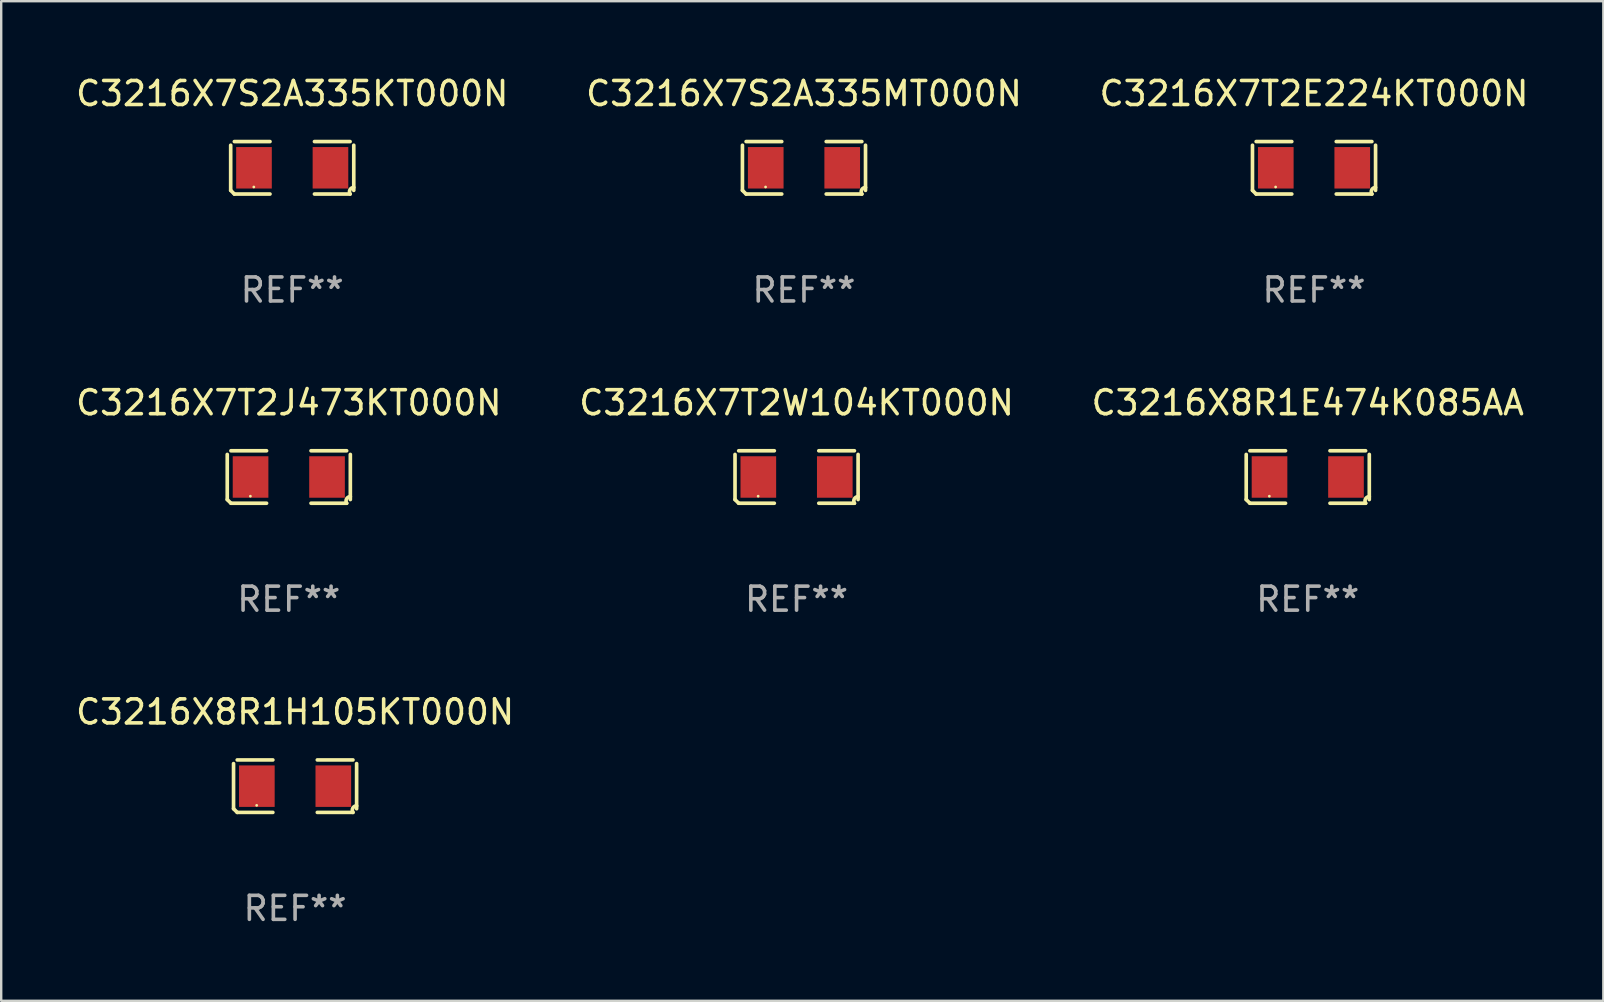
<source format=kicad_pcb>
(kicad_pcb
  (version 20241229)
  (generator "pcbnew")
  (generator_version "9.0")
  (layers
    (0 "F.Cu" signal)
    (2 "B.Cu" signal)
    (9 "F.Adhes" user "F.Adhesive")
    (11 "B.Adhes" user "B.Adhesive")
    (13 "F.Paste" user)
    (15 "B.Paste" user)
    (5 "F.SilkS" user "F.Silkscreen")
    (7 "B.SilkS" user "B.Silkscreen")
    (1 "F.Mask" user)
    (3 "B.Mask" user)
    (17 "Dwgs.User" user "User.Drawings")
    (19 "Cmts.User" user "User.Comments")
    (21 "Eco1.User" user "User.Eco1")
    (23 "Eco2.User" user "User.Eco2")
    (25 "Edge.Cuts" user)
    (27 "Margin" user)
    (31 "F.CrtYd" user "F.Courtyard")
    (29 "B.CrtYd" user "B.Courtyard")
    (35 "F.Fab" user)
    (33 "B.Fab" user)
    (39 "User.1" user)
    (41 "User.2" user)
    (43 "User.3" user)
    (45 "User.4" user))
  (footprint "C3216X8R1H105KT000N"
    (layer "F.Cu")
    (at 9.244 29.704)
    (property "Reference" "C3216X8R1H105KT000N" (at 0 -3.093 0) (layer "F.SilkS") (effects (font (size 1 1) (thickness 0.15))))
    (attr through_hole)
    (fp_line (start -2.564 0.94) (end -2.564 -0.94) (stroke (width 0.152) (type solid)) (layer "F.SilkS"))
    (fp_line (start -2.411 -1.093) (end -0.926 -1.093) (stroke (width 0.152) (type solid)) (layer "F.SilkS"))
    (fp_line (start -0.926 1.093) (end -2.411 1.093) (stroke (width 0.152) (type solid)) (layer "F.SilkS"))
    (fp_line (start 0.926 1.093) (end 2.411 1.093) (stroke (width 0.152) (type solid)) (layer "F.SilkS"))
    (fp_line (start 2.411 -1.093) (end 0.926 -1.093) (stroke (width 0.152) (type solid)) (layer "F.SilkS"))
    (fp_line (start 2.564 0.94) (end 2.564 -0.94) (stroke (width 0.152) (type solid)) (layer "F.SilkS"))
    (fp_arc (start -2.411201 1.092609) (mid -2.487413 1.01642) (end -2.563602 0.940208) (stroke (width 0.1524) (type solid)) (layer "F.SilkS"))
    (fp_arc (start 2.411201 1.092609) (mid 2.407159 0.911226) (end 2.563602 0.819347) (stroke (width 0.1524) (type solid)) (layer "F.SilkS"))
    (fp_circle (center -1.6 0.8) (end -1.57 0.8) (stroke (width 0.06) (type solid)) (fill no) (layer "F.SilkS"))
    (fp_text user "REF**" (at 0 5.093 0) (layer "F.Fab") (effects (font (size 1 1) (thickness 0.15))))
    (pad "1" smd rect (at -1.593 0) (size 1.485 1.728) (layers "F.Cu" "F.Mask" "F.Paste"))
    (pad "2" smd rect (at 1.593 0) (size 1.485 1.728) (layers "F.Cu" "F.Mask" "F.Paste")))
  (footprint "C3216X7T2W104KT000N"
    (layer "F.Cu")
    (at 30.137 16.823)
    (property "Reference" "C3216X7T2W104KT000N" (at 0 -3.093 0) (layer "F.SilkS") (effects (font (size 1 1) (thickness 0.15))))
    (attr through_hole)
    (fp_line (start -2.564 0.94) (end -2.564 -0.94) (stroke (width 0.152) (type solid)) (layer "F.SilkS"))
    (fp_line (start -2.411 -1.093) (end -0.926 -1.093) (stroke (width 0.152) (type solid)) (layer "F.SilkS"))
    (fp_line (start -0.926 1.093) (end -2.411 1.093) (stroke (width 0.152) (type solid)) (layer "F.SilkS"))
    (fp_line (start 0.926 1.093) (end 2.411 1.093) (stroke (width 0.152) (type solid)) (layer "F.SilkS"))
    (fp_line (start 2.411 -1.093) (end 0.926 -1.093) (stroke (width 0.152) (type solid)) (layer "F.SilkS"))
    (fp_line (start 2.564 0.94) (end 2.564 -0.94) (stroke (width 0.152) (type solid)) (layer "F.SilkS"))
    (fp_arc (start -2.411201 1.092609) (mid -2.487413 1.01642) (end -2.563602 0.940208) (stroke (width 0.1524) (type solid)) (layer "F.SilkS"))
    (fp_arc (start 2.411201 1.092609) (mid 2.407159 0.911226) (end 2.563602 0.819347) (stroke (width 0.1524) (type solid)) (layer "F.SilkS"))
    (fp_circle (center -1.6 0.8) (end -1.57 0.8) (stroke (width 0.06) (type solid)) (fill no) (layer "F.SilkS"))
    (fp_text user "REF**" (at 0 5.093 0) (layer "F.Fab") (effects (font (size 1 1) (thickness 0.15))))
    (pad "1" smd rect (at -1.593 0) (size 1.485 1.728) (layers "F.Cu" "F.Mask" "F.Paste"))
    (pad "2" smd rect (at 1.593 0) (size 1.485 1.728) (layers "F.Cu" "F.Mask" "F.Paste")))
  (footprint "C3216X7T2J473KT000N"
    (layer "F.Cu")
    (at 8.982 16.823)
    (property "Reference" "C3216X7T2J473KT000N" (at 0 -3.093 0) (layer "F.SilkS") (effects (font (size 1 1) (thickness 0.15))))
    (attr through_hole)
    (fp_line (start -2.564 0.94) (end -2.564 -0.94) (stroke (width 0.152) (type solid)) (layer "F.SilkS"))
    (fp_line (start -2.411 -1.093) (end -0.926 -1.093) (stroke (width 0.152) (type solid)) (layer "F.SilkS"))
    (fp_line (start -0.926 1.093) (end -2.411 1.093) (stroke (width 0.152) (type solid)) (layer "F.SilkS"))
    (fp_line (start 0.926 1.093) (end 2.411 1.093) (stroke (width 0.152) (type solid)) (layer "F.SilkS"))
    (fp_line (start 2.411 -1.093) (end 0.926 -1.093) (stroke (width 0.152) (type solid)) (layer "F.SilkS"))
    (fp_line (start 2.564 0.94) (end 2.564 -0.94) (stroke (width 0.152) (type solid)) (layer "F.SilkS"))
    (fp_arc (start -2.411201 1.092609) (mid -2.487413 1.01642) (end -2.563602 0.940208) (stroke (width 0.1524) (type solid)) (layer "F.SilkS"))
    (fp_arc (start 2.411201 1.092609) (mid 2.407159 0.911226) (end 2.563602 0.819347) (stroke (width 0.1524) (type solid)) (layer "F.SilkS"))
    (fp_circle (center -1.6 0.8) (end -1.57 0.8) (stroke (width 0.06) (type solid)) (fill no) (layer "F.SilkS"))
    (fp_text user "REF**" (at 0 5.093 0) (layer "F.Fab") (effects (font (size 1 1) (thickness 0.15))))
    (pad "1" smd rect (at -1.593 0) (size 1.485 1.728) (layers "F.Cu" "F.Mask" "F.Paste"))
    (pad "2" smd rect (at 1.593 0) (size 1.485 1.728) (layers "F.Cu" "F.Mask" "F.Paste")))
  (footprint "C3216X7S2A335KT000N"
    (layer "F.Cu")
    (at 9.125 3.941)
    (property "Reference" "C3216X7S2A335KT000N" (at 0 -3.093 0) (layer "F.SilkS") (effects (font (size 1 1) (thickness 0.15))))
    (attr through_hole)
    (fp_line (start -2.564 0.94) (end -2.564 -0.94) (stroke (width 0.152) (type solid)) (layer "F.SilkS"))
    (fp_line (start -2.411 -1.093) (end -0.926 -1.093) (stroke (width 0.152) (type solid)) (layer "F.SilkS"))
    (fp_line (start -0.926 1.093) (end -2.411 1.093) (stroke (width 0.152) (type solid)) (layer "F.SilkS"))
    (fp_line (start 0.926 1.093) (end 2.411 1.093) (stroke (width 0.152) (type solid)) (layer "F.SilkS"))
    (fp_line (start 2.411 -1.093) (end 0.926 -1.093) (stroke (width 0.152) (type solid)) (layer "F.SilkS"))
    (fp_line (start 2.564 0.94) (end 2.564 -0.94) (stroke (width 0.152) (type solid)) (layer "F.SilkS"))
    (fp_arc (start -2.411201 1.092609) (mid -2.487413 1.01642) (end -2.563602 0.940208) (stroke (width 0.1524) (type solid)) (layer "F.SilkS"))
    (fp_arc (start 2.411201 1.092609) (mid 2.407159 0.911226) (end 2.563602 0.819347) (stroke (width 0.1524) (type solid)) (layer "F.SilkS"))
    (fp_circle (center -1.6 0.8) (end -1.57 0.8) (stroke (width 0.06) (type solid)) (fill no) (layer "F.SilkS"))
    (fp_text user "REF**" (at 0 5.093 0) (layer "F.Fab") (effects (font (size 1 1) (thickness 0.15))))
    (pad "1" smd rect (at -1.593 0) (size 1.485 1.728) (layers "F.Cu" "F.Mask" "F.Paste"))
    (pad "2" smd rect (at 1.593 0) (size 1.485 1.728) (layers "F.Cu" "F.Mask" "F.Paste")))
  (footprint "C3216X8R1E474K085AA"
    (layer "F.Cu")
    (at 51.435 16.823)
    (property "Reference" "C3216X8R1E474K085AA" (at 0 -3.093 0) (layer "F.SilkS") (effects (font (size 1 1) (thickness 0.15))))
    (attr through_hole)
    (fp_line (start -2.564 0.94) (end -2.564 -0.94) (stroke (width 0.152) (type solid)) (layer "F.SilkS"))
    (fp_line (start -2.411 -1.093) (end -0.926 -1.093) (stroke (width 0.152) (type solid)) (layer "F.SilkS"))
    (fp_line (start -0.926 1.093) (end -2.411 1.093) (stroke (width 0.152) (type solid)) (layer "F.SilkS"))
    (fp_line (start 0.926 1.093) (end 2.411 1.093) (stroke (width 0.152) (type solid)) (layer "F.SilkS"))
    (fp_line (start 2.411 -1.093) (end 0.926 -1.093) (stroke (width 0.152) (type solid)) (layer "F.SilkS"))
    (fp_line (start 2.564 0.94) (end 2.564 -0.94) (stroke (width 0.152) (type solid)) (layer "F.SilkS"))
    (fp_arc (start -2.411201 1.092609) (mid -2.487413 1.01642) (end -2.563602 0.940208) (stroke (width 0.1524) (type solid)) (layer "F.SilkS"))
    (fp_arc (start 2.411201 1.092609) (mid 2.407159 0.911226) (end 2.563602 0.819347) (stroke (width 0.1524) (type solid)) (layer "F.SilkS"))
    (fp_circle (center -1.6 0.8) (end -1.57 0.8) (stroke (width 0.06) (type solid)) (fill no) (layer "F.SilkS"))
    (fp_text user "REF**" (at 0 5.093 0) (layer "F.Fab") (effects (font (size 1 1) (thickness 0.15))))
    (pad "1" smd rect (at -1.593 0) (size 1.485 1.728) (layers "F.Cu" "F.Mask" "F.Paste"))
    (pad "2" smd rect (at 1.593 0) (size 1.485 1.728) (layers "F.Cu" "F.Mask" "F.Paste")))
  (footprint "C3216X7S2A335MT000N"
    (layer "F.Cu")
    (at 30.446 3.941)
    (property "Reference" "C3216X7S2A335MT000N" (at 0 -3.093 0) (layer "F.SilkS") (effects (font (size 1 1) (thickness 0.15))))
    (attr through_hole)
    (fp_line (start -2.564 0.94) (end -2.564 -0.94) (stroke (width 0.152) (type solid)) (layer "F.SilkS"))
    (fp_line (start -2.411 -1.093) (end -0.926 -1.093) (stroke (width 0.152) (type solid)) (layer "F.SilkS"))
    (fp_line (start -0.926 1.093) (end -2.411 1.093) (stroke (width 0.152) (type solid)) (layer "F.SilkS"))
    (fp_line (start 0.926 1.093) (end 2.411 1.093) (stroke (width 0.152) (type solid)) (layer "F.SilkS"))
    (fp_line (start 2.411 -1.093) (end 0.926 -1.093) (stroke (width 0.152) (type solid)) (layer "F.SilkS"))
    (fp_line (start 2.564 0.94) (end 2.564 -0.94) (stroke (width 0.152) (type solid)) (layer "F.SilkS"))
    (fp_arc (start -2.411201 1.092609) (mid -2.487413 1.01642) (end -2.563602 0.940208) (stroke (width 0.1524) (type solid)) (layer "F.SilkS"))
    (fp_arc (start 2.411201 1.092609) (mid 2.407159 0.911226) (end 2.563602 0.819347) (stroke (width 0.1524) (type solid)) (layer "F.SilkS"))
    (fp_circle (center -1.6 0.8) (end -1.57 0.8) (stroke (width 0.06) (type solid)) (fill no) (layer "F.SilkS"))
    (fp_text user "REF**" (at 0 5.093 0) (layer "F.Fab") (effects (font (size 1 1) (thickness 0.15))))
    (pad "1" smd rect (at -1.593 0) (size 1.485 1.728) (layers "F.Cu" "F.Mask" "F.Paste"))
    (pad "2" smd rect (at 1.593 0) (size 1.485 1.728) (layers "F.Cu" "F.Mask" "F.Paste")))
  (footprint "C3216X7T2E224KT000N"
    (layer "F.Cu")
    (at 51.696 3.941)
    (property "Reference" "C3216X7T2E224KT000N" (at 0 -3.093 0) (layer "F.SilkS") (effects (font (size 1 1) (thickness 0.15))))
    (attr through_hole)
    (fp_line (start -2.564 0.94) (end -2.564 -0.94) (stroke (width 0.152) (type solid)) (layer "F.SilkS"))
    (fp_line (start -2.411 -1.093) (end -0.926 -1.093) (stroke (width 0.152) (type solid)) (layer "F.SilkS"))
    (fp_line (start -0.926 1.093) (end -2.411 1.093) (stroke (width 0.152) (type solid)) (layer "F.SilkS"))
    (fp_line (start 0.926 1.093) (end 2.411 1.093) (stroke (width 0.152) (type solid)) (layer "F.SilkS"))
    (fp_line (start 2.411 -1.093) (end 0.926 -1.093) (stroke (width 0.152) (type solid)) (layer "F.SilkS"))
    (fp_line (start 2.564 0.94) (end 2.564 -0.94) (stroke (width 0.152) (type solid)) (layer "F.SilkS"))
    (fp_arc (start -2.411201 1.092609) (mid -2.487413 1.01642) (end -2.563602 0.940208) (stroke (width 0.1524) (type solid)) (layer "F.SilkS"))
    (fp_arc (start 2.411201 1.092609) (mid 2.407159 0.911226) (end 2.563602 0.819347) (stroke (width 0.1524) (type solid)) (layer "F.SilkS"))
    (fp_circle (center -1.6 0.8) (end -1.57 0.8) (stroke (width 0.06) (type solid)) (fill no) (layer "F.SilkS"))
    (fp_text user "REF**" (at 0 5.093 0) (layer "F.Fab") (effects (font (size 1 1) (thickness 0.15))))
    (pad "1" smd rect (at -1.593 0) (size 1.485 1.728) (layers "F.Cu" "F.Mask" "F.Paste"))
    (pad "2" smd rect (at 1.593 0) (size 1.485 1.728) (layers "F.Cu" "F.Mask" "F.Paste")))
  (gr_rect
    (start -3 -3)
    (end 63.75 38.645)
    (stroke (width 0.1) (type default))
    (fill no)
    (layer "Edge.Cuts")))
</source>
